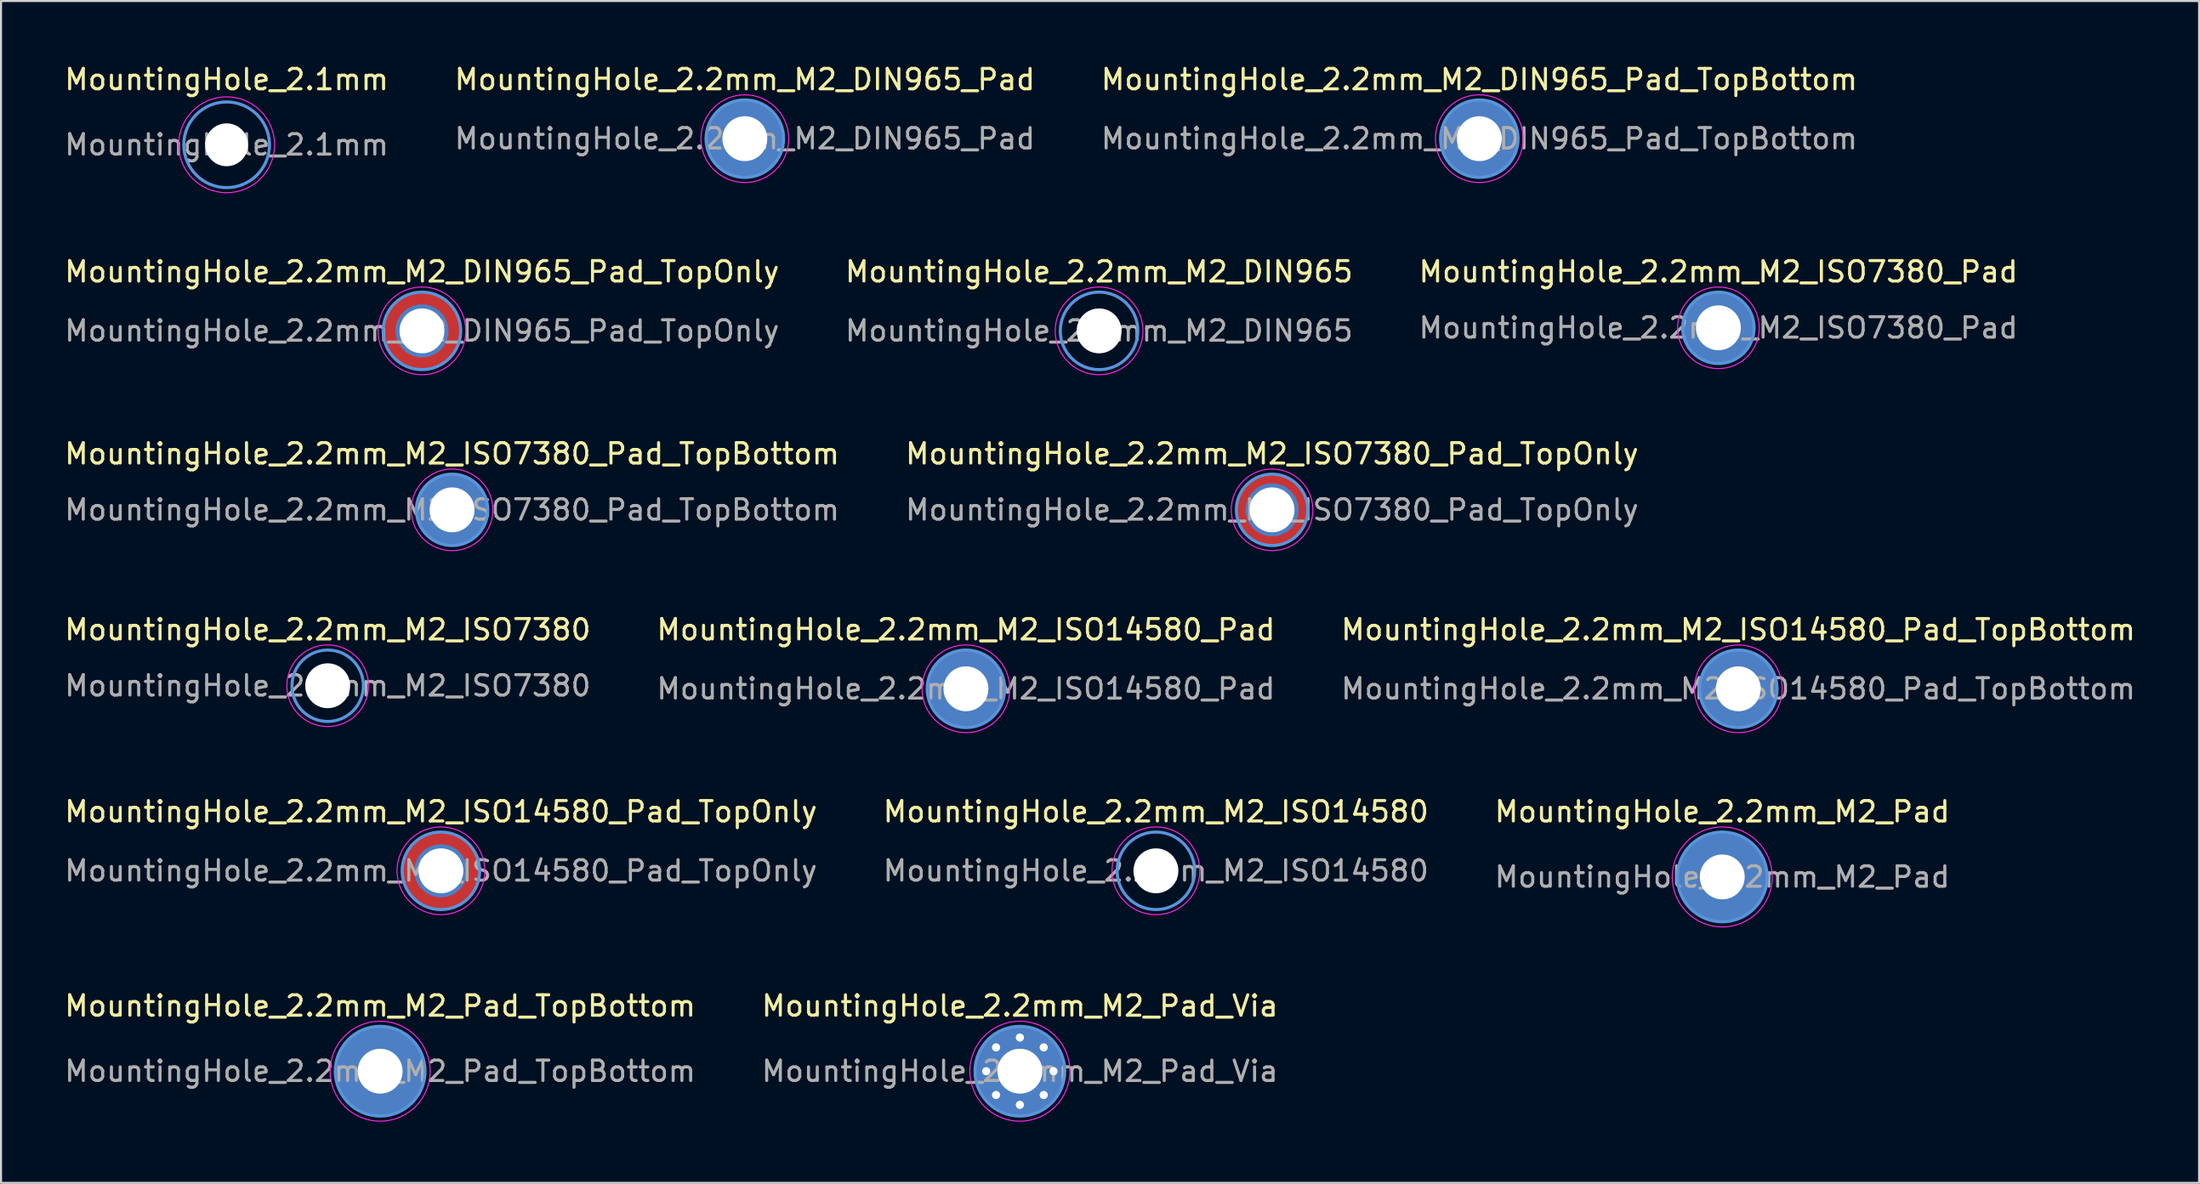
<source format=kicad_pcb>
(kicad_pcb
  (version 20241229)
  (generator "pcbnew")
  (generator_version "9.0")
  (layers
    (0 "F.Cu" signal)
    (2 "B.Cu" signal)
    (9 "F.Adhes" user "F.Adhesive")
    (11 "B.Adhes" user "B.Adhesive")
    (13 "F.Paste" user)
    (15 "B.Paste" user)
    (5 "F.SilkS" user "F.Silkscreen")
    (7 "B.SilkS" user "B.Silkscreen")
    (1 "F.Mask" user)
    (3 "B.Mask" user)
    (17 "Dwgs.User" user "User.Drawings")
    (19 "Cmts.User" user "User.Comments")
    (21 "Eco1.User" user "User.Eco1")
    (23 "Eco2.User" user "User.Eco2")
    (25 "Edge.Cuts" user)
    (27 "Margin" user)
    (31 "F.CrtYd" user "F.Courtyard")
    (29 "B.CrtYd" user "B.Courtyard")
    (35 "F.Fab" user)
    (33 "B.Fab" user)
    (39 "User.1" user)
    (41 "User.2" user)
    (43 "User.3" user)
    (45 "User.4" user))
  (footprint "MountingHole_2.2mm_M2_ISO7380_Pad_TopOnly"
    (layer "F.Cu")
    (at 59.28 21.945)
    (property "Reference" "MountingHole_2.2mm_M2_ISO7380_Pad_TopOnly" (at 0 -2.75 0) (layer "F.SilkS") (effects (font (size 1 1) (thickness 0.15))))
    (attr exclude_from_pos_files exclude_from_bom)
    (fp_circle (center 0 0) (end 1.75 0) (stroke (width 0.15) (type solid)) (fill no) (layer "Cmts.User"))
    (fp_circle (center 0 0) (end 2 0) (stroke (width 0.05) (type solid)) (fill no) (layer "F.CrtYd"))
    (fp_text user "${REFERENCE}" (at 0 0 0) (layer "F.Fab") (effects (font (size 1 1) (thickness 0.15))))
    (pad "1" thru_hole circle (at 0 0) (size 2.6 2.6) (drill 2.2) (layers "*.Cu" "*.Mask"))
    (pad "1" connect circle (at 0 0) (size 3.5 3.5) (layers "F.Cu" "F.Mask")))
  (footprint "MountingHole_2.2mm_M2_ISO14580_Pad"
    (layer "F.Cu")
    (at 44.28 30.718)
    (property "Reference" "MountingHole_2.2mm_M2_ISO14580_Pad" (at 0 -2.9 0) (layer "F.SilkS") (effects (font (size 1 1) (thickness 0.15))))
    (attr exclude_from_pos_files exclude_from_bom)
    (fp_circle (center 0 0) (end 1.9 0) (stroke (width 0.15) (type solid)) (fill no) (layer "Cmts.User"))
    (fp_circle (center 0 0) (end 2.15 0) (stroke (width 0.05) (type solid)) (fill no) (layer "F.CrtYd"))
    (fp_text user "${REFERENCE}" (at 0 0 0) (layer "F.Fab") (effects (font (size 1 1) (thickness 0.15))))
    (pad "1" thru_hole circle (at 0 0) (size 3.8 3.8) (drill 2.2) (layers "*.Cu" "*.Mask")))
  (footprint "MountingHole_2.2mm_M2_ISO14580_Pad_TopBottom"
    (layer "F.Cu")
    (at 82.125 30.718)
    (property "Reference" "MountingHole_2.2mm_M2_ISO14580_Pad_TopBottom" (at 0 -2.9 0) (layer "F.SilkS") (effects (font (size 1 1) (thickness 0.15))))
    (attr exclude_from_pos_files exclude_from_bom)
    (fp_circle (center 0 0) (end 1.9 0) (stroke (width 0.15) (type solid)) (fill no) (layer "Cmts.User"))
    (fp_circle (center 0 0) (end 2.15 0) (stroke (width 0.05) (type solid)) (fill no) (layer "F.CrtYd"))
    (fp_text user "${REFERENCE}" (at 0 0 0) (layer "F.Fab") (effects (font (size 1 1) (thickness 0.15))))
    (pad "1" thru_hole circle (at 0 0) (size 2.6 2.6) (drill 2.2) (layers "*.Cu" "*.Mask"))
    (pad "1" connect circle (at 0 0) (size 3.8 3.8) (layers "F.Cu" "F.Mask"))
    (pad "1" connect circle (at 0 0) (size 3.8 3.8) (layers "B.Cu" "B.Mask")))
  (footprint "MountingHole_2.2mm_M2_ISO7380_Pad_TopBottom"
    (layer "F.Cu")
    (at 19.101 21.945)
    (property "Reference" "MountingHole_2.2mm_M2_ISO7380_Pad_TopBottom" (at 0 -2.75 0) (layer "F.SilkS") (effects (font (size 1 1) (thickness 0.15))))
    (attr exclude_from_pos_files exclude_from_bom)
    (fp_circle (center 0 0) (end 1.75 0) (stroke (width 0.15) (type solid)) (fill no) (layer "Cmts.User"))
    (fp_circle (center 0 0) (end 2 0) (stroke (width 0.05) (type solid)) (fill no) (layer "F.CrtYd"))
    (fp_text user "${REFERENCE}" (at 0 0 0) (layer "F.Fab") (effects (font (size 1 1) (thickness 0.15))))
    (pad "1" thru_hole circle (at 0 0) (size 2.6 2.6) (drill 2.2) (layers "*.Cu" "*.Mask"))
    (pad "1" connect circle (at 0 0) (size 3.5 3.5) (layers "F.Cu" "F.Mask"))
    (pad "1" connect circle (at 0 0) (size 3.5 3.5) (layers "B.Cu" "B.Mask")))
  (footprint "MountingHole_2.2mm_M2_ISO7380"
    (layer "F.Cu")
    (at 13.006 30.568)
    (property "Reference" "MountingHole_2.2mm_M2_ISO7380" (at 0 -2.75 0) (layer "F.SilkS") (effects (font (size 1 1) (thickness 0.15))))
    (attr exclude_from_pos_files exclude_from_bom)
    (fp_circle (center 0 0) (end 1.75 0) (stroke (width 0.15) (type solid)) (fill no) (layer "Cmts.User"))
    (fp_circle (center 0 0) (end 2 0) (stroke (width 0.05) (type solid)) (fill no) (layer "F.CrtYd"))
    (fp_text user "${REFERENCE}" (at 0 0 0) (layer "F.Fab") (effects (font (size 1 1) (thickness 0.15))))
    (pad "" np_thru_hole circle (at 0 0) (size 2.2 2.2) (drill 2.2) (layers "*.Cu" "*.Mask")))
  (footprint "MountingHole_2.2mm_M2_ISO7380_Pad"
    (layer "F.Cu")
    (at 81.149 13.021)
    (property "Reference" "MountingHole_2.2mm_M2_ISO7380_Pad" (at 0 -2.75 0) (layer "F.SilkS") (effects (font (size 1 1) (thickness 0.15))))
    (attr exclude_from_pos_files exclude_from_bom)
    (fp_circle (center 0 0) (end 1.75 0) (stroke (width 0.15) (type solid)) (fill no) (layer "Cmts.User"))
    (fp_circle (center 0 0) (end 2 0) (stroke (width 0.05) (type solid)) (fill no) (layer "F.CrtYd"))
    (fp_text user "${REFERENCE}" (at 0 0 0) (layer "F.Fab") (effects (font (size 1 1) (thickness 0.15))))
    (pad "1" thru_hole circle (at 0 0) (size 3.5 3.5) (drill 2.2) (layers "*.Cu" "*.Mask")))
  (footprint "MountingHole_2.2mm_M2_DIN965_Pad"
    (layer "F.Cu")
    (at 33.446 3.748)
    (property "Reference" "MountingHole_2.2mm_M2_DIN965_Pad" (at 0 -2.9 0) (layer "F.SilkS") (effects (font (size 1 1) (thickness 0.15))))
    (attr exclude_from_pos_files exclude_from_bom)
    (fp_circle (center 0 0) (end 1.9 0) (stroke (width 0.15) (type solid)) (fill no) (layer "Cmts.User"))
    (fp_circle (center 0 0) (end 2.15 0) (stroke (width 0.05) (type solid)) (fill no) (layer "F.CrtYd"))
    (fp_text user "${REFERENCE}" (at 0 0 0) (layer "F.Fab") (effects (font (size 1 1) (thickness 0.15))))
    (pad "1" thru_hole circle (at 0 0) (size 3.8 3.8) (drill 2.2) (layers "*.Cu" "*.Mask")))
  (footprint "MountingHole_2.2mm_M2_DIN965_Pad_TopBottom"
    (layer "F.Cu")
    (at 69.435 3.748)
    (property "Reference" "MountingHole_2.2mm_M2_DIN965_Pad_TopBottom" (at 0 -2.9 0) (layer "F.SilkS") (effects (font (size 1 1) (thickness 0.15))))
    (attr exclude_from_pos_files exclude_from_bom)
    (fp_circle (center 0 0) (end 1.9 0) (stroke (width 0.15) (type solid)) (fill no) (layer "Cmts.User"))
    (fp_circle (center 0 0) (end 2.15 0) (stroke (width 0.05) (type solid)) (fill no) (layer "F.CrtYd"))
    (fp_text user "${REFERENCE}" (at 0 0 0) (layer "F.Fab") (effects (font (size 1 1) (thickness 0.15))))
    (pad "1" thru_hole circle (at 0 0) (size 2.6 2.6) (drill 2.2) (layers "*.Cu" "*.Mask"))
    (pad "1" connect circle (at 0 0) (size 3.8 3.8) (layers "F.Cu" "F.Mask"))
    (pad "1" connect circle (at 0 0) (size 3.8 3.8) (layers "B.Cu" "B.Mask")))
  (footprint "MountingHole_2.2mm_M2_Pad_TopBottom"
    (layer "F.Cu")
    (at 15.577 49.465)
    (property "Reference" "MountingHole_2.2mm_M2_Pad_TopBottom" (at 0 -3.2 0) (layer "F.SilkS") (effects (font (size 1 1) (thickness 0.15))))
    (attr exclude_from_pos_files exclude_from_bom)
    (fp_circle (center 0 0) (end 2.2 0) (stroke (width 0.15) (type solid)) (fill no) (layer "Cmts.User"))
    (fp_circle (center 0 0) (end 2.45 0) (stroke (width 0.05) (type solid)) (fill no) (layer "F.CrtYd"))
    (fp_text user "${REFERENCE}" (at 0 0 0) (layer "F.Fab") (effects (font (size 1 1) (thickness 0.15))))
    (pad "1" thru_hole circle (at 0 0) (size 2.6 2.6) (drill 2.2) (layers "*.Cu" "*.Mask"))
    (pad "1" connect circle (at 0 0) (size 4.4 4.4) (layers "F.Cu" "F.Mask"))
    (pad "1" connect circle (at 0 0) (size 4.4 4.4) (layers "B.Cu" "B.Mask")))
  (footprint "MountingHole_2.2mm_M2_ISO14580_Pad_TopOnly"
    (layer "F.Cu")
    (at 18.554 39.641)
    (property "Reference" "MountingHole_2.2mm_M2_ISO14580_Pad_TopOnly" (at 0 -2.9 0) (layer "F.SilkS") (effects (font (size 1 1) (thickness 0.15))))
    (attr exclude_from_pos_files exclude_from_bom)
    (fp_circle (center 0 0) (end 1.9 0) (stroke (width 0.15) (type solid)) (fill no) (layer "Cmts.User"))
    (fp_circle (center 0 0) (end 2.15 0) (stroke (width 0.05) (type solid)) (fill no) (layer "F.CrtYd"))
    (fp_text user "${REFERENCE}" (at 0 0 0) (layer "F.Fab") (effects (font (size 1 1) (thickness 0.15))))
    (pad "1" thru_hole circle (at 0 0) (size 2.6 2.6) (drill 2.2) (layers "*.Cu" "*.Mask"))
    (pad "1" connect circle (at 0 0) (size 3.8 3.8) (layers "F.Cu" "F.Mask")))
  (footprint "MountingHole_2.2mm_M2_Pad_Via"
    (layer "F.Cu")
    (at 46.923 49.465)
    (property "Reference" "MountingHole_2.2mm_M2_Pad_Via" (at 0 -3.2 0) (layer "F.SilkS") (effects (font (size 1 1) (thickness 0.15))))
    (attr exclude_from_pos_files exclude_from_bom)
    (fp_circle (center 0 0) (end 2.2 0) (stroke (width 0.15) (type solid)) (fill no) (layer "Cmts.User"))
    (fp_circle (center 0 0) (end 2.45 0) (stroke (width 0.05) (type solid)) (fill no) (layer "F.CrtYd"))
    (fp_text user "${REFERENCE}" (at 0 0 0) (layer "F.Fab") (effects (font (size 1 1) (thickness 0.15))))
    (pad "1" thru_hole circle (at -1.65 0) (size 0.7 0.7) (drill 0.4) (layers "*.Cu" "*.Mask"))
    (pad "1" thru_hole circle (at -1.167 -1.167) (size 0.7 0.7) (drill 0.4) (layers "*.Cu" "*.Mask"))
    (pad "1" thru_hole circle (at -1.167 1.167) (size 0.7 0.7) (drill 0.4) (layers "*.Cu" "*.Mask"))
    (pad "1" thru_hole circle (at 0 -1.65) (size 0.7 0.7) (drill 0.4) (layers "*.Cu" "*.Mask"))
    (pad "1" thru_hole circle (at 0 0) (size 4.4 4.4) (drill 2.2) (layers "*.Cu" "*.Mask"))
    (pad "1" thru_hole circle (at 0 1.65) (size 0.7 0.7) (drill 0.4) (layers "*.Cu" "*.Mask"))
    (pad "1" thru_hole circle (at 1.167 -1.167) (size 0.7 0.7) (drill 0.4) (layers "*.Cu" "*.Mask"))
    (pad "1" thru_hole circle (at 1.167 1.167) (size 0.7 0.7) (drill 0.4) (layers "*.Cu" "*.Mask"))
    (pad "1" thru_hole circle (at 1.65 0) (size 0.7 0.7) (drill 0.4) (layers "*.Cu" "*.Mask")))
  (footprint "MountingHole_2.2mm_M2_Pad"
    (layer "F.Cu")
    (at 81.339 39.941)
    (property "Reference" "MountingHole_2.2mm_M2_Pad" (at 0 -3.2 0) (layer "F.SilkS") (effects (font (size 1 1) (thickness 0.15))))
    (attr exclude_from_pos_files exclude_from_bom)
    (fp_circle (center 0 0) (end 2.2 0) (stroke (width 0.15) (type solid)) (fill no) (layer "Cmts.User"))
    (fp_circle (center 0 0) (end 2.45 0) (stroke (width 0.05) (type solid)) (fill no) (layer "F.CrtYd"))
    (fp_text user "${REFERENCE}" (at 0 0 0) (layer "F.Fab") (effects (font (size 1 1) (thickness 0.15))))
    (pad "1" thru_hole circle (at 0 0) (size 4.4 4.4) (drill 2.2) (layers "*.Cu" "*.Mask")))
  (footprint "MountingHole_2.2mm_M2_ISO14580"
    (layer "F.Cu")
    (at 53.589 39.641)
    (property "Reference" "MountingHole_2.2mm_M2_ISO14580" (at 0 -2.9 0) (layer "F.SilkS") (effects (font (size 1 1) (thickness 0.15))))
    (attr exclude_from_pos_files exclude_from_bom)
    (fp_circle (center 0 0) (end 1.9 0) (stroke (width 0.15) (type solid)) (fill no) (layer "Cmts.User"))
    (fp_circle (center 0 0) (end 2.15 0) (stroke (width 0.05) (type solid)) (fill no) (layer "F.CrtYd"))
    (fp_text user "${REFERENCE}" (at 0 0 0) (layer "F.Fab") (effects (font (size 1 1) (thickness 0.15))))
    (pad "" np_thru_hole circle (at 0 0) (size 2.2 2.2) (drill 2.2) (layers "*.Cu" "*.Mask")))
  (footprint "MountingHole_2.2mm_M2_DIN965_Pad_TopOnly"
    (layer "F.Cu")
    (at 17.625 13.171)
    (property "Reference" "MountingHole_2.2mm_M2_DIN965_Pad_TopOnly" (at 0 -2.9 0) (layer "F.SilkS") (effects (font (size 1 1) (thickness 0.15))))
    (attr exclude_from_pos_files exclude_from_bom)
    (fp_circle (center 0 0) (end 1.9 0) (stroke (width 0.15) (type solid)) (fill no) (layer "Cmts.User"))
    (fp_circle (center 0 0) (end 2.15 0) (stroke (width 0.05) (type solid)) (fill no) (layer "F.CrtYd"))
    (fp_text user "${REFERENCE}" (at 0 0 0) (layer "F.Fab") (effects (font (size 1 1) (thickness 0.15))))
    (pad "1" thru_hole circle (at 0 0) (size 2.6 2.6) (drill 2.2) (layers "*.Cu" "*.Mask"))
    (pad "1" connect circle (at 0 0) (size 3.8 3.8) (layers "F.Cu" "F.Mask")))
  (footprint "MountingHole_2.1mm"
    (layer "F.Cu")
    (at 8.054 4.048)
    (property "Reference" "MountingHole_2.1mm" (at 0 -3.2 0) (layer "F.SilkS") (effects (font (size 1 1) (thickness 0.15))))
    (attr exclude_from_pos_files exclude_from_bom)
    (fp_circle (center 0 0) (end 2.1 0) (stroke (width 0.15) (type solid)) (fill no) (layer "Cmts.User"))
    (fp_circle (center 0 0) (end 2.35 0) (stroke (width 0.05) (type solid)) (fill no) (layer "F.CrtYd"))
    (fp_text user "${REFERENCE}" (at 0 0 0) (layer "F.Fab") (effects (font (size 1 1) (thickness 0.15))))
    (pad "" np_thru_hole circle (at 0 0) (size 2.1 2.1) (drill 2.1) (layers "*.Cu" "*.Mask")))
  (footprint "MountingHole_2.2mm_M2_DIN965"
    (layer "F.Cu")
    (at 50.804 13.171)
    (property "Reference" "MountingHole_2.2mm_M2_DIN965" (at 0 -2.9 0) (layer "F.SilkS") (effects (font (size 1 1) (thickness 0.15))))
    (attr exclude_from_pos_files exclude_from_bom)
    (fp_circle (center 0 0) (end 1.9 0) (stroke (width 0.15) (type solid)) (fill no) (layer "Cmts.User"))
    (fp_circle (center 0 0) (end 2.15 0) (stroke (width 0.05) (type solid)) (fill no) (layer "F.CrtYd"))
    (fp_text user "${REFERENCE}" (at 0 0 0) (layer "F.Fab") (effects (font (size 1 1) (thickness 0.15))))
    (pad "" np_thru_hole circle (at 0 0) (size 2.2 2.2) (drill 2.2) (layers "*.Cu" "*.Mask")))
  (gr_rect
    (start -3 -3)
    (end 104.702 54.94)
    (stroke (width 0.1) (type default))
    (fill no)
    (layer "Edge.Cuts")))
</source>
